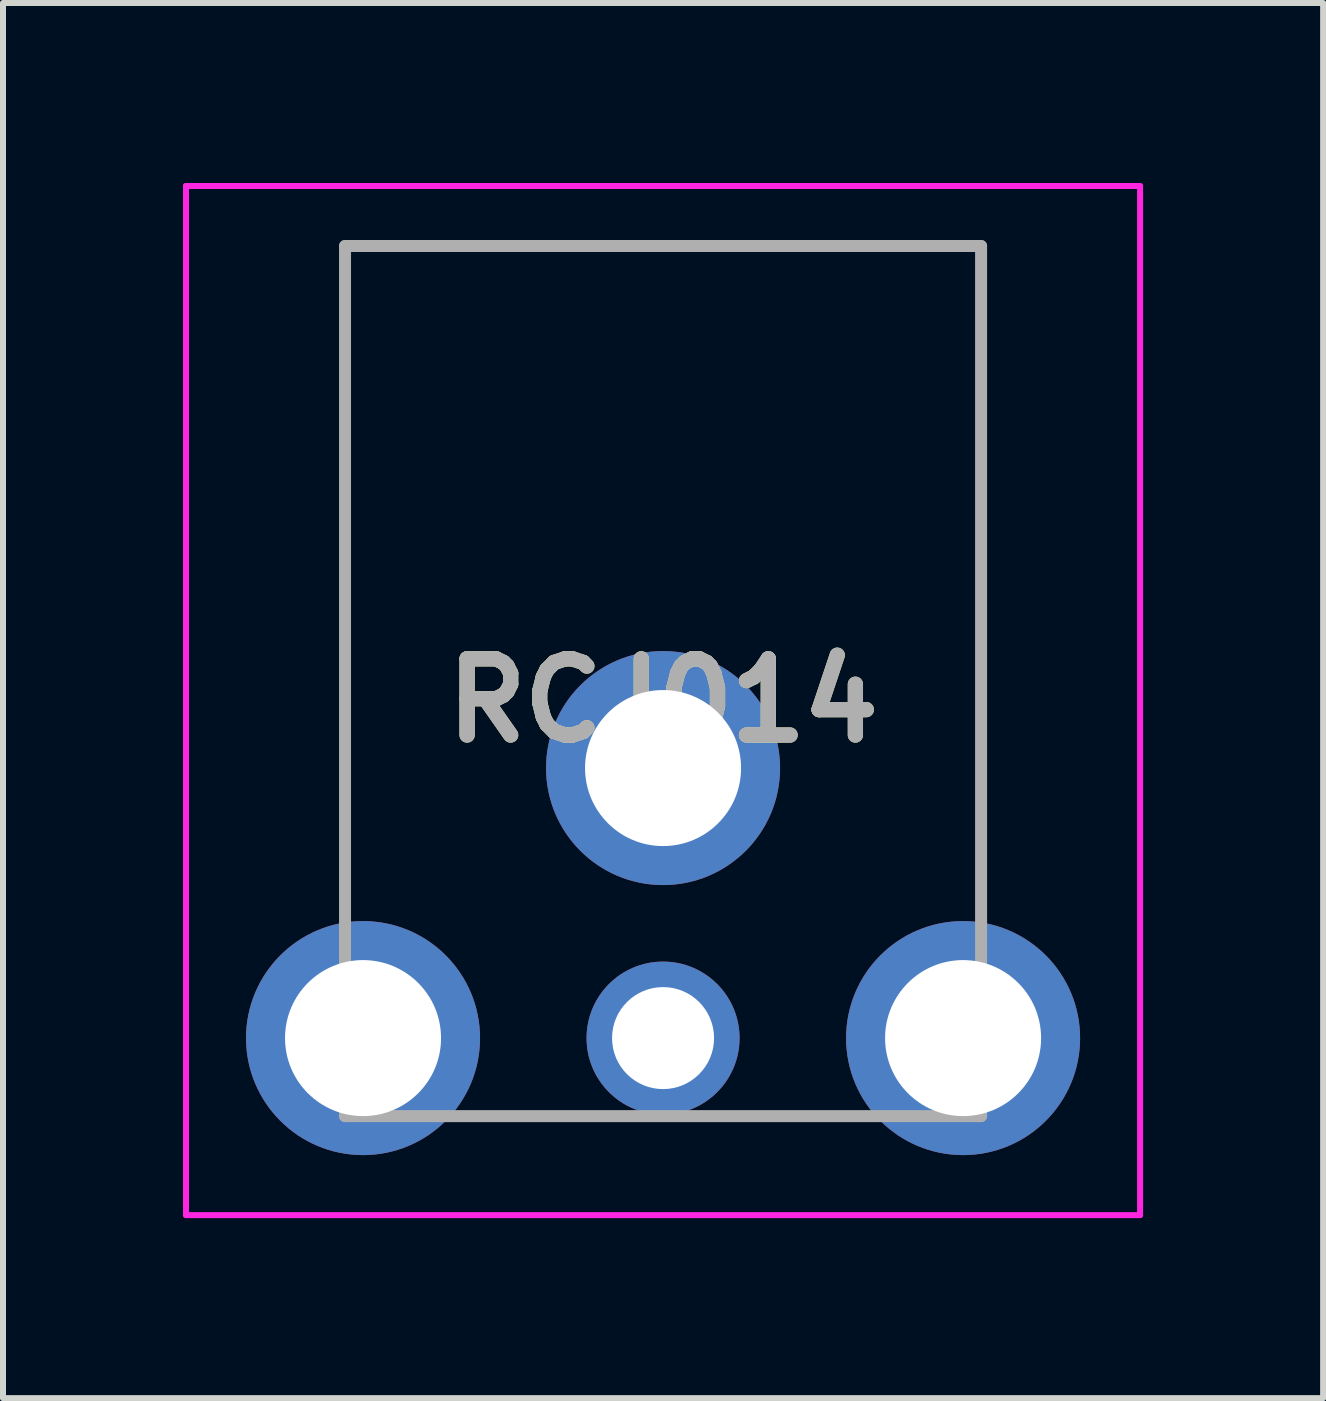
<source format=kicad_pcb>
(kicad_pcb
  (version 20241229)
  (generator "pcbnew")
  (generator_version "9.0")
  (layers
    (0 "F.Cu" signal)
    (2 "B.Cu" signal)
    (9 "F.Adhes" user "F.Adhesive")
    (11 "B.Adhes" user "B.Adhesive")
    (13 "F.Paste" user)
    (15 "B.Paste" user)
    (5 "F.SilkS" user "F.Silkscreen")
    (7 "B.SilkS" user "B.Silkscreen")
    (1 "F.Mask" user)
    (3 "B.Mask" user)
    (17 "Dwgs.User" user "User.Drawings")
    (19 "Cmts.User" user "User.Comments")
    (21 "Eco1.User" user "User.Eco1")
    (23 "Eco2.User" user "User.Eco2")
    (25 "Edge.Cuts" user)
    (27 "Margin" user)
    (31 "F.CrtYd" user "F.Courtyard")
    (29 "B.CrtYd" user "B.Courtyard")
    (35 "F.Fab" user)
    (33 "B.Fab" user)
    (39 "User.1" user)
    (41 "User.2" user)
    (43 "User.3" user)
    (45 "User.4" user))
  (footprint "RCJ014"
    (layer "F.Cu")
    (at 8 14.25)
    (property "Reference" "RCJ014" (at 0 -5.625 0) (layer "F.SilkS") (effects (font (size 1.27 1.27) (thickness 0.254))))
    (attr through_hole)
    (fp_line (start -5.3 -13.2) (end 5 -13.2) (stroke (width 0.1) (type solid)) (layer "F.SilkS"))
    (fp_line (start -5.3 -2.45) (end -5.3 -13.2) (stroke (width 0.1) (type solid)) (layer "F.SilkS"))
    (fp_line (start 5 -13.2) (end 5.3 -13.2) (stroke (width 0.1) (type solid)) (layer "F.SilkS"))
    (fp_line (start 5.3 -13.2) (end 5.3 -4.45) (stroke (width 0.1) (type solid)) (layer "F.SilkS"))
    (fp_line (start -7.95 -14.2) (end 7.95 -14.2) (stroke (width 0.1) (type solid)) (layer "F.CrtYd"))
    (fp_line (start -7.95 2.95) (end -7.95 -14.2) (stroke (width 0.1) (type solid)) (layer "F.CrtYd"))
    (fp_line (start 7.95 -14.2) (end 7.95 2.95) (stroke (width 0.1) (type solid)) (layer "F.CrtYd"))
    (fp_line (start 7.95 2.95) (end -7.95 2.95) (stroke (width 0.1) (type solid)) (layer "F.CrtYd"))
    (fp_line (start -5.3 -13.2) (end 5.3 -13.2) (stroke (width 0.2) (type solid)) (layer "F.Fab"))
    (fp_line (start -5.3 1.3) (end -5.3 -13.2) (stroke (width 0.2) (type solid)) (layer "F.Fab"))
    (fp_line (start 5.3 -13.2) (end 5.3 1.3) (stroke (width 0.2) (type solid)) (layer "F.Fab"))
    (fp_line (start 5.3 1.3) (end -5.3 1.3) (stroke (width 0.2) (type solid)) (layer "F.Fab"))
    (fp_text user "${REFERENCE}" (at 0 -5.625 0) (layer "F.Fab") (effects (font (size 1.27 1.27) (thickness 0.254))))
    (pad "1" thru_hole circle (at 0 0) (size 2.55 2.55) (drill 1.7) (layers "*.Cu" "*.Mask"))
    (pad "A2" thru_hole circle (at -5 0) (size 3.9 3.9) (drill 2.6) (layers "*.Cu" "*.Mask"))
    (pad "B2" thru_hole circle (at 0 -4.5) (size 3.9 3.9) (drill 2.6) (layers "*.Cu" "*.Mask"))
    (pad "C2" thru_hole circle (at 5 0) (size 3.9 3.9) (drill 2.6) (layers "*.Cu" "*.Mask")))
  (gr_rect
    (start -3 -3)
    (end 19 20.25)
    (stroke (width 0.1) (type default))
    (fill no)
    (layer "Edge.Cuts")))
</source>
